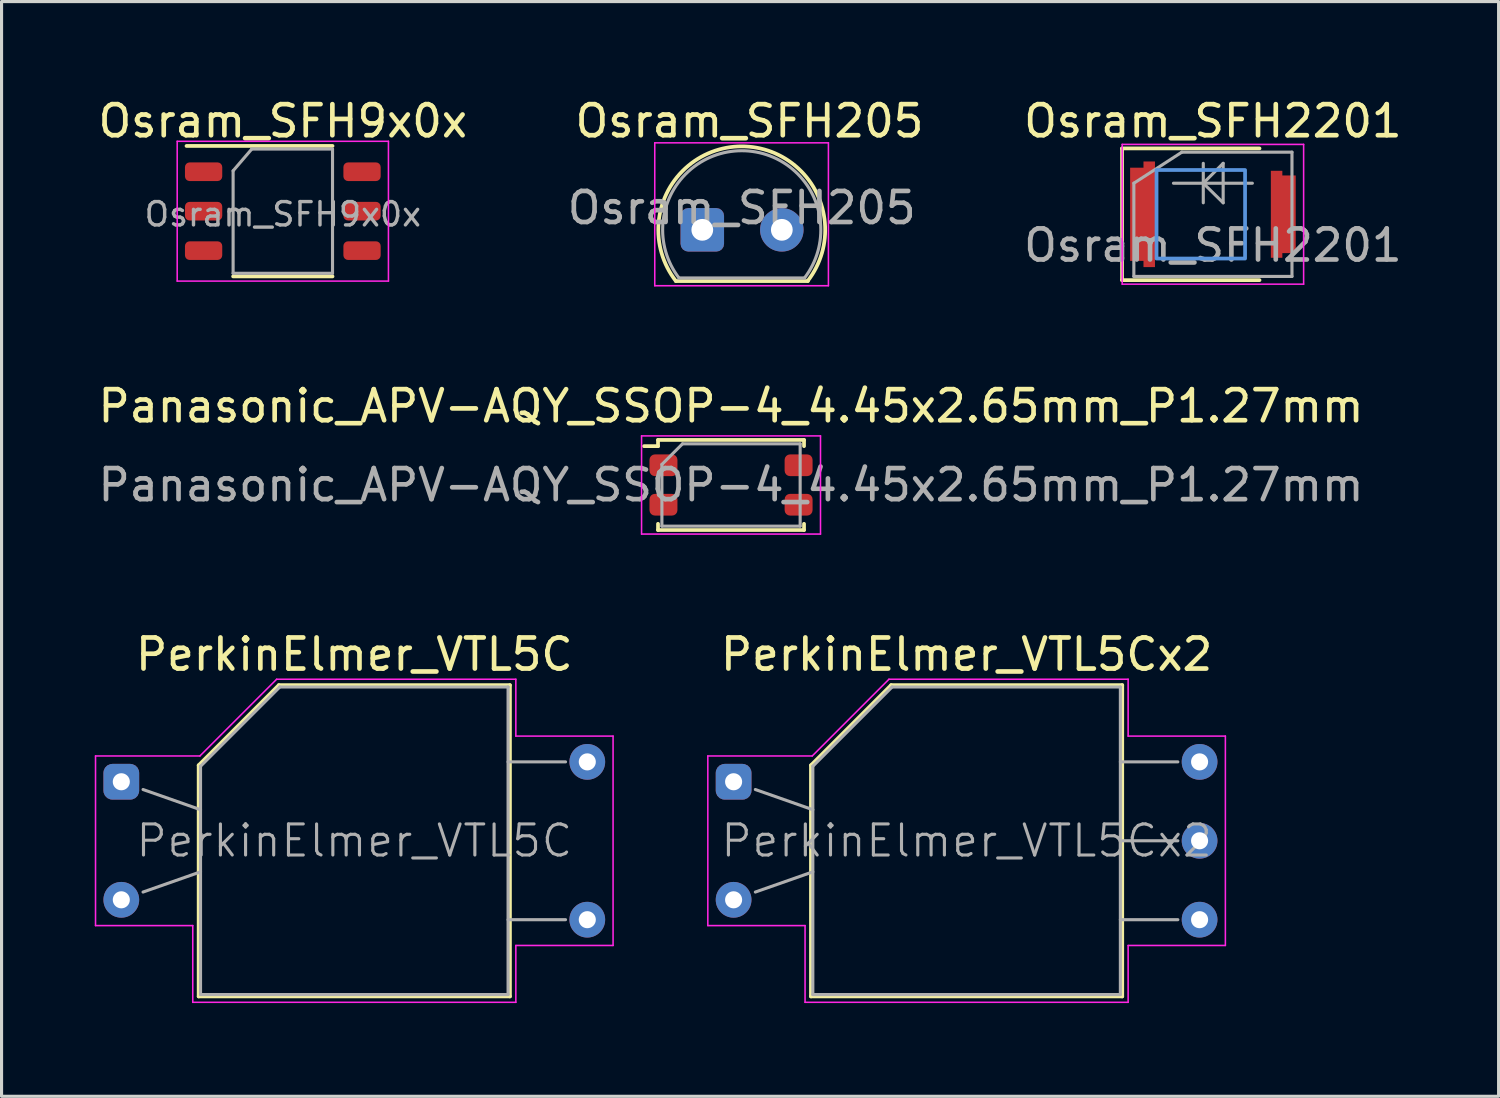
<source format=kicad_pcb>
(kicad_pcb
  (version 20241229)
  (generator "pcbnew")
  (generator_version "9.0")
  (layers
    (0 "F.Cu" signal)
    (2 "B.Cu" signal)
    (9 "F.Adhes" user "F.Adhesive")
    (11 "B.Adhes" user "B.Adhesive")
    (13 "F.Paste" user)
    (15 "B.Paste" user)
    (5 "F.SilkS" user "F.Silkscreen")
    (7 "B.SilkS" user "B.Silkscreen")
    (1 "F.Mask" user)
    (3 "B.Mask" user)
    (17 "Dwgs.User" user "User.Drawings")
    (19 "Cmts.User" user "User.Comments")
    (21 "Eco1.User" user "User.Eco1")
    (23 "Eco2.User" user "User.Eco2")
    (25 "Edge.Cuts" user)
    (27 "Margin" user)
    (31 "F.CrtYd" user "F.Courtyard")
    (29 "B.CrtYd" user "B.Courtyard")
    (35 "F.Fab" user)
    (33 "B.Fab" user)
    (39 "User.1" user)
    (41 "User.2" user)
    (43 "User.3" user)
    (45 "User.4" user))
  (footprint "Osram_SFH9x0x"
    (layer "F.Cu")
    (at 6.054 3.748)
    (property "Reference" "Osram_SFH9x0x" (at 0 -2.9 0) (layer "F.SilkS") (effects (font (size 1 1) (thickness 0.15))))
    (attr smd)
    (fp_line (start -1.6 2.1) (end 1.6 2.1) (stroke (width 0.12) (type solid)) (layer "F.SilkS"))
    (fp_line (start 1.6 -2.1) (end -3.1 -2.1) (stroke (width 0.12) (type solid)) (layer "F.SilkS"))
    (fp_line (start -3.4 -2.25) (end -3.4 2.25) (stroke (width 0.05) (type solid)) (layer "F.CrtYd"))
    (fp_line (start -3.4 -2.25) (end 3.4 -2.25) (stroke (width 0.05) (type solid)) (layer "F.CrtYd"))
    (fp_line (start 3.4 2.25) (end -3.4 2.25) (stroke (width 0.05) (type solid)) (layer "F.CrtYd"))
    (fp_line (start 3.4 2.25) (end 3.4 -2.25) (stroke (width 0.05) (type solid)) (layer "F.CrtYd"))
    (fp_line (start -1.6 -1.3) (end -1.6 2) (stroke (width 0.1) (type solid)) (layer "F.Fab"))
    (fp_line (start -1.6 2) (end 1.6 2) (stroke (width 0.1) (type solid)) (layer "F.Fab"))
    (fp_line (start -1 -2) (end -1.6 -1.3) (stroke (width 0.1) (type solid)) (layer "F.Fab"))
    (fp_line (start 1.6 -2) (end -1 -2) (stroke (width 0.1) (type solid)) (layer "F.Fab"))
    (fp_line (start 1.6 2) (end 1.6 -2) (stroke (width 0.1) (type solid)) (layer "F.Fab"))
    (fp_text user "${REFERENCE}" (at 0 0.1 0) (layer "F.Fab") (effects (font (size 0.75 0.75) (thickness 0.11))))
    (pad "1" smd roundrect (at -2.55 -1.27) (size 1.2 0.6) (layers "F.Cu" "F.Mask" "F.Paste") (roundrect_rratio 0.25))
    (pad "2" smd roundrect (at -2.55 0) (size 1.2 0.6) (layers "F.Cu" "F.Mask" "F.Paste") (roundrect_rratio 0.25))
    (pad "3" smd roundrect (at -2.55 1.27) (size 1.2 0.6) (layers "F.Cu" "F.Mask" "F.Paste") (roundrect_rratio 0.25))
    (pad "4" smd roundrect (at 2.55 1.27) (size 1.2 0.6) (layers "F.Cu" "F.Mask" "F.Paste") (roundrect_rratio 0.25))
    (pad "5" smd roundrect (at 2.55 0) (size 1.2 0.6) (layers "F.Cu" "F.Mask" "F.Paste") (roundrect_rratio 0.25))
    (pad "6" smd roundrect (at 2.55 -1.27) (size 1.2 0.6) (layers "F.Cu" "F.Mask" "F.Paste") (roundrect_rratio 0.25)))
  (footprint "Panasonic_APV-AQY_SSOP-4_4.45x2.65mm_P1.27mm"
    (layer "F.Cu")
    (at 20.482 12.562)
    (property "Reference" "Panasonic_APV-AQY_SSOP-4_4.45x2.65mm_P1.27mm" (at 0 -2.54 0) (layer "F.SilkS") (effects (font (size 1 1) (thickness 0.15))))
    (attr smd)
    (fp_line (start -2.35 -1.45) (end -2.35 -1.25) (stroke (width 0.12) (type solid)) (layer "F.SilkS"))
    (fp_line (start -2.35 -1.25) (end -2.8 -1.25) (stroke (width 0.12) (type solid)) (layer "F.SilkS"))
    (fp_line (start -2.35 1.25) (end -2.35 1.45) (stroke (width 0.12) (type solid)) (layer "F.SilkS"))
    (fp_line (start -2.35 1.45) (end 2.35 1.45) (stroke (width 0.12) (type solid)) (layer "F.SilkS"))
    (fp_line (start 2.35 -1.45) (end -2.35 -1.45) (stroke (width 0.12) (type solid)) (layer "F.SilkS"))
    (fp_line (start 2.35 -1.25) (end 2.35 -1.45) (stroke (width 0.12) (type solid)) (layer "F.SilkS"))
    (fp_line (start 2.35 1.45) (end 2.35 1.25) (stroke (width 0.12) (type solid)) (layer "F.SilkS"))
    (fp_line (start -2.88 -1.58) (end -2.88 1.58) (stroke (width 0.05) (type solid)) (layer "F.CrtYd"))
    (fp_line (start -2.88 -1.58) (end 2.88 -1.58) (stroke (width 0.05) (type solid)) (layer "F.CrtYd"))
    (fp_line (start -2.88 1.58) (end 2.88 1.58) (stroke (width 0.05) (type solid)) (layer "F.CrtYd"))
    (fp_line (start 2.88 -1.58) (end 2.88 1.58) (stroke (width 0.05) (type solid)) (layer "F.CrtYd"))
    (fp_line (start -2.225 -0.662) (end -2.225 1.325) (stroke (width 0.1) (type solid)) (layer "F.Fab"))
    (fp_line (start -2.225 -0.662) (end -1.562 -1.325) (stroke (width 0.1) (type solid)) (layer "F.Fab"))
    (fp_line (start -2.225 1.325) (end 2.225 1.325) (stroke (width 0.1) (type solid)) (layer "F.Fab"))
    (fp_line (start -1.562 -1.325) (end 2.225 -1.325) (stroke (width 0.1) (type solid)) (layer "F.Fab"))
    (fp_line (start 2.225 -1.325) (end 2.225 1.325) (stroke (width 0.1) (type solid)) (layer "F.Fab"))
    (fp_text user "${REFERENCE}" (at 0 0 0) (layer "F.Fab") (effects (font (size 1 1) (thickness 0.15))))
    (pad "1" smd roundrect (at -2.175 -0.635) (size 0.9 0.7) (layers "F.Cu" "F.Mask" "F.Paste") (roundrect_rratio 0.25))
    (pad "2" smd roundrect (at -2.175 0.635) (size 0.9 0.7) (layers "F.Cu" "F.Mask" "F.Paste") (roundrect_rratio 0.25))
    (pad "3" smd roundrect (at 2.175 0.635) (size 0.9 0.7) (layers "F.Cu" "F.Mask" "F.Paste") (roundrect_rratio 0.25))
    (pad "4" smd roundrect (at 2.175 -0.635) (size 0.9 0.7) (layers "F.Cu" "F.Mask" "F.Paste") (roundrect_rratio 0.25)))
  (footprint "PerkinElmer_VTL5C"
    (layer "F.Cu")
    (at 0.855 22.115)
    (property "Reference" "PerkinElmer_VTL5C" (at 7.5 -4.1 0) (layer "F.SilkS") (effects (font (size 1 1) (thickness 0.15))))
    (attr through_hole)
    (fp_line (start 2.49 -0.53) (end 2.49 6.91) (stroke (width 0.12) (type solid)) (layer "F.SilkS"))
    (fp_line (start 2.49 6.91) (end 12.51 6.91) (stroke (width 0.12) (type solid)) (layer "F.SilkS"))
    (fp_line (start 5.07 -3.11) (end 2.49 -0.53) (stroke (width 0.12) (type solid)) (layer "F.SilkS"))
    (fp_line (start 12.51 -3.11) (end 5.07 -3.11) (stroke (width 0.12) (type solid)) (layer "F.SilkS"))
    (fp_line (start 12.51 6.91) (end 12.51 -3.11) (stroke (width 0.12) (type solid)) (layer "F.SilkS"))
    (fp_line (start -0.83 4.63) (end -0.83 -0.83) (stroke (width 0.05) (type solid)) (layer "F.CrtYd"))
    (fp_line (start 2.3 4.63) (end -0.83 4.63) (stroke (width 0.05) (type solid)) (layer "F.CrtYd"))
    (fp_line (start 2.3 7.1) (end 2.3 4.63) (stroke (width 0.05) (type solid)) (layer "F.CrtYd"))
    (fp_line (start 2.53 -0.83) (end -0.83 -0.83) (stroke (width 0.05) (type solid)) (layer "F.CrtYd"))
    (fp_line (start 2.53 -0.83) (end 5 -3.3) (stroke (width 0.05) (type solid)) (layer "F.CrtYd"))
    (fp_line (start 5 -3.3) (end 12.7 -3.3) (stroke (width 0.05) (type solid)) (layer "F.CrtYd"))
    (fp_line (start 12.7 -3.3) (end 12.7 -1.47) (stroke (width 0.05) (type solid)) (layer "F.CrtYd"))
    (fp_line (start 12.7 5.27) (end 12.7 7.1) (stroke (width 0.05) (type solid)) (layer "F.CrtYd"))
    (fp_line (start 12.7 7.1) (end 2.3 7.1) (stroke (width 0.05) (type solid)) (layer "F.CrtYd"))
    (fp_line (start 15.83 -1.47) (end 12.7 -1.47) (stroke (width 0.05) (type solid)) (layer "F.CrtYd"))
    (fp_line (start 15.83 5.27) (end 12.7 5.27) (stroke (width 0.05) (type solid)) (layer "F.CrtYd"))
    (fp_line (start 15.83 5.27) (end 15.83 -1.47) (stroke (width 0.05) (type solid)) (layer "F.CrtYd"))
    (fp_line (start 0.7 0.25) (end 2.55 0.9) (stroke (width 0.1) (type solid)) (layer "F.Fab"))
    (fp_line (start 0.7 3.55) (end 2.55 2.9) (stroke (width 0.1) (type solid)) (layer "F.Fab"))
    (fp_line (start 2.55 6.85) (end 2.55 -0.5) (stroke (width 0.1) (type solid)) (layer "F.Fab"))
    (fp_line (start 5.1 -3.05) (end 2.55 -0.5) (stroke (width 0.1) (type solid)) (layer "F.Fab"))
    (fp_line (start 5.1 -3.05) (end 12.45 -3.05) (stroke (width 0.1) (type solid)) (layer "F.Fab"))
    (fp_line (start 12.45 -3.05) (end 12.45 6.85) (stroke (width 0.1) (type solid)) (layer "F.Fab"))
    (fp_line (start 12.45 6.85) (end 2.55 6.85) (stroke (width 0.1) (type solid)) (layer "F.Fab"))
    (fp_line (start 14.3 -0.64) (end 12.45 -0.64) (stroke (width 0.1) (type solid)) (layer "F.Fab"))
    (fp_line (start 14.3 4.44) (end 12.45 4.44) (stroke (width 0.1) (type solid)) (layer "F.Fab"))
    (fp_text user "${REFERENCE}" (at 7.5 1.9 0) (layer "F.Fab") (effects (font (size 1 1) (thickness 0.1))))
    (pad "1" thru_hole roundrect (at 0 0) (size 1.15 1.15) (drill 0.55) (layers "*.Cu" "*.Mask") (roundrect_rratio 0.25))
    (pad "2" thru_hole circle (at 0 3.8) (size 1.15 1.15) (drill 0.55) (layers "*.Cu" "*.Mask"))
    (pad "3" thru_hole circle (at 15 -0.64) (size 1.15 1.15) (drill 0.55) (layers "*.Cu" "*.Mask"))
    (pad "4" thru_hole circle (at 15 4.44) (size 1.15 1.15) (drill 0.55) (layers "*.Cu" "*.Mask")))
  (footprint "PerkinElmer_VTL5Cx2"
    (layer "F.Cu")
    (at 20.565 22.115)
    (property "Reference" "PerkinElmer_VTL5Cx2" (at 7.5 -4.1 0) (layer "F.SilkS") (effects (font (size 1 1) (thickness 0.15))))
    (attr through_hole)
    (fp_line (start 2.49 -0.53) (end 2.49 6.91) (stroke (width 0.12) (type solid)) (layer "F.SilkS"))
    (fp_line (start 2.49 6.91) (end 12.51 6.91) (stroke (width 0.12) (type solid)) (layer "F.SilkS"))
    (fp_line (start 5.07 -3.11) (end 2.49 -0.53) (stroke (width 0.12) (type solid)) (layer "F.SilkS"))
    (fp_line (start 12.51 -3.11) (end 5.07 -3.11) (stroke (width 0.12) (type solid)) (layer "F.SilkS"))
    (fp_line (start 12.51 6.91) (end 12.51 -3.11) (stroke (width 0.12) (type solid)) (layer "F.SilkS"))
    (fp_line (start -0.83 -0.83) (end 2.53 -0.83) (stroke (width 0.05) (type solid)) (layer "F.CrtYd"))
    (fp_line (start -0.83 4.63) (end -0.83 -0.83) (stroke (width 0.05) (type solid)) (layer "F.CrtYd"))
    (fp_line (start -0.83 4.63) (end 2.3 4.63) (stroke (width 0.05) (type solid)) (layer "F.CrtYd"))
    (fp_line (start 2.3 7.1) (end 2.3 4.63) (stroke (width 0.05) (type solid)) (layer "F.CrtYd"))
    (fp_line (start 2.53 -0.83) (end 5 -3.3) (stroke (width 0.05) (type solid)) (layer "F.CrtYd"))
    (fp_line (start 5 -3.3) (end 12.7 -3.3) (stroke (width 0.05) (type solid)) (layer "F.CrtYd"))
    (fp_line (start 12.7 -1.47) (end 12.7 -3.3) (stroke (width 0.05) (type solid)) (layer "F.CrtYd"))
    (fp_line (start 12.7 -1.47) (end 15.83 -1.47) (stroke (width 0.05) (type solid)) (layer "F.CrtYd"))
    (fp_line (start 12.7 5.27) (end 12.7 7.1) (stroke (width 0.05) (type solid)) (layer "F.CrtYd"))
    (fp_line (start 12.7 5.27) (end 15.83 5.27) (stroke (width 0.05) (type solid)) (layer "F.CrtYd"))
    (fp_line (start 12.7 7.1) (end 2.3 7.1) (stroke (width 0.05) (type solid)) (layer "F.CrtYd"))
    (fp_line (start 15.83 5.27) (end 15.83 -1.47) (stroke (width 0.05) (type solid)) (layer "F.CrtYd"))
    (fp_line (start 0.7 0.25) (end 2.55 0.9) (stroke (width 0.1) (type solid)) (layer "F.Fab"))
    (fp_line (start 0.7 3.55) (end 2.55 2.9) (stroke (width 0.1) (type solid)) (layer "F.Fab"))
    (fp_line (start 2.55 6.85) (end 2.55 -0.5) (stroke (width 0.1) (type solid)) (layer "F.Fab"))
    (fp_line (start 5.1 -3.05) (end 2.55 -0.5) (stroke (width 0.1) (type solid)) (layer "F.Fab"))
    (fp_line (start 5.1 -3.05) (end 12.45 -3.05) (stroke (width 0.1) (type solid)) (layer "F.Fab"))
    (fp_line (start 12.45 -3.05) (end 12.45 6.85) (stroke (width 0.1) (type solid)) (layer "F.Fab"))
    (fp_line (start 12.45 6.85) (end 2.55 6.85) (stroke (width 0.1) (type solid)) (layer "F.Fab"))
    (fp_line (start 14.3 -0.64) (end 12.45 -0.64) (stroke (width 0.1) (type solid)) (layer "F.Fab"))
    (fp_line (start 14.3 1.9) (end 12.45 1.9) (stroke (width 0.1) (type solid)) (layer "F.Fab"))
    (fp_line (start 14.3 4.44) (end 12.45 4.44) (stroke (width 0.1) (type solid)) (layer "F.Fab"))
    (fp_text user "${REFERENCE}" (at 7.5 1.9 0) (layer "F.Fab") (effects (font (size 1 1) (thickness 0.1))))
    (pad "1" thru_hole roundrect (at 0 0) (size 1.15 1.15) (drill 0.55) (layers "*.Cu" "*.Mask") (roundrect_rratio 0.25))
    (pad "2" thru_hole circle (at 0 3.8) (size 1.15 1.15) (drill 0.55) (layers "*.Cu" "*.Mask"))
    (pad "3" thru_hole circle (at 15 -0.64) (size 1.15 1.15) (drill 0.55) (layers "*.Cu" "*.Mask"))
    (pad "4" thru_hole circle (at 15 1.9) (size 1.15 1.15) (drill 0.55) (layers "*.Cu" "*.Mask"))
    (pad "5" thru_hole circle (at 15 4.44) (size 1.15 1.15) (drill 0.55) (layers "*.Cu" "*.Mask")))
  (footprint "Osram_SFH205"
    (layer "F.Cu")
    (at 19.557 4.348)
    (property "Reference" "Osram_SFH205" (at 1.52 -3.5 0) (layer "F.SilkS") (effects (font (size 1 1) (thickness 0.15))))
    (attr through_hole)
    (fp_line (start -0.85 1.65) (end 3.4 1.65) (stroke (width 0.12) (type solid)) (layer "F.SilkS"))
    (fp_arc (start -0.85 1.65) (mid 1.266938 -2.686427) (end 3.393756 1.645163) (stroke (width 0.12) (type solid)) (layer "F.SilkS"))
    (fp_line (start -1.53 -2.8) (end -1.53 1.8) (stroke (width 0.05) (type solid)) (layer "F.CrtYd"))
    (fp_line (start -1.53 -2.8) (end 4.06 -2.8) (stroke (width 0.05) (type solid)) (layer "F.CrtYd"))
    (fp_line (start 4.06 1.8) (end -1.53 1.8) (stroke (width 0.05) (type solid)) (layer "F.CrtYd"))
    (fp_line (start 4.06 1.8) (end 4.06 -2.8) (stroke (width 0.05) (type solid)) (layer "F.CrtYd"))
    (fp_line (start -0.75 1.55) (end 3.3 1.55) (stroke (width 0.1) (type solid)) (layer "F.Fab"))
    (fp_arc (start -0.75 1.55) (mid 1.266965 -2.546152) (end 3.293689 1.54518) (stroke (width 0.1) (type solid)) (layer "F.Fab"))
    (fp_text user "${REFERENCE}" (at 1.27 -0.707 0) (layer "F.Fab") (effects (font (size 1 1) (thickness 0.15))))
    (pad "1" thru_hole roundrect (at 0 0) (size 1.4 1.4) (drill 0.7) (layers "*.Cu" "*.Mask") (roundrect_rratio 0.178))
    (pad "2" thru_hole circle (at 2.56 0) (size 1.4 1.4) (drill 0.7) (layers "*.Cu" "*.Mask")))
  (footprint "Osram_SFH2201"
    (layer "F.Cu")
    (at 35.994 3.848)
    (property "Reference" "Osram_SFH2201" (at 0 -3 0) (unlocked yes) (layer "F.SilkS") (effects (font (size 1 1) (thickness 0.15))))
    (attr smd)
    (fp_line (start -2.925 -2.12) (end -2.925 2.12) (stroke (width 0.12) (type solid)) (layer "F.SilkS"))
    (fp_line (start -2.925 2.12) (end 1.5 2.12) (stroke (width 0.12) (type solid)) (layer "F.SilkS"))
    (fp_line (start 1.5 -2.12) (end -2.925 -2.12) (stroke (width 0.12) (type solid)) (layer "F.SilkS"))
    (fp_rect (start -1.815 -1.425) (end 1.035 1.425) (stroke (width 0.12) (type solid)) (fill no) (layer "Cmts.User"))
    (fp_line (start -2.92 -2.25) (end -2.92 2.25) (stroke (width 0.05) (type solid)) (layer "F.CrtYd"))
    (fp_line (start -2.92 -2.25) (end 2.92 -2.25) (stroke (width 0.05) (type solid)) (layer "F.CrtYd"))
    (fp_line (start 2.92 2.25) (end -2.92 2.25) (stroke (width 0.05) (type solid)) (layer "F.CrtYd"))
    (fp_line (start 2.92 2.25) (end 2.92 -2.25) (stroke (width 0.05) (type solid)) (layer "F.CrtYd"))
    (fp_line (start -2.545 -1) (end -2.545 2) (stroke (width 0.1) (type solid)) (layer "F.Fab"))
    (fp_line (start -2.545 -1) (end -1 -2) (stroke (width 0.1) (type solid)) (layer "F.Fab"))
    (fp_line (start -1.27 -1) (end 1.27 -1) (stroke (width 0.1) (type solid)) (layer "F.Fab"))
    (fp_line (start -1 -2) (end 2.545 -2) (stroke (width 0.1) (type solid)) (layer "F.Fab"))
    (fp_line (start -0.31 -1.64) (end -0.31 -0.37) (stroke (width 0.1) (type solid)) (layer "F.Fab"))
    (fp_line (start -0.31 -1) (end 0.33 -1.64) (stroke (width 0.1) (type solid)) (layer "F.Fab"))
    (fp_line (start 0.33 -1.64) (end 0.33 -0.37) (stroke (width 0.1) (type solid)) (layer "F.Fab"))
    (fp_line (start 0.33 -0.37) (end -0.31 -1) (stroke (width 0.1) (type solid)) (layer "F.Fab"))
    (fp_line (start 2.545 -2) (end 2.545 2) (stroke (width 0.1) (type solid)) (layer "F.Fab"))
    (fp_line (start 2.545 2) (end -2.545 2) (stroke (width 0.1) (type solid)) (layer "F.Fab"))
    (fp_text user "${REFERENCE}" (at 0 1 0) (unlocked yes) (layer "F.Fab") (effects (font (size 1 1) (thickness 0.15))))
    (pad "" smd rect (at -2.265 -0.8) (size 0.6 1) (layers "F.Paste"))
    (pad "" smd rect (at -2.265 0.8) (size 0.6 1) (layers "F.Paste"))
    (pad "" smd rect (at 2.265 -0.7) (size 0.6 1) (layers "F.Paste"))
    (pad "" smd rect (at 2.265 0.7) (size 0.6 1) (layers "F.Paste"))
    (pad "1" smd custom (at -2.265 0) (size 0.8 3) (layers "F.Cu" "F.Mask") (options (anchor rect)) (primitives (gr_poly (pts (xy -0.4 -1.5) (xy 0.03 -1.5) (xy 0.03 -1.7) (xy 0.4 -1.7) (xy 0.4 1.7) (xy 0.03 1.7) (xy 0.03 1.5) (xy -0.4 1.5)) (width 0) (fill yes))))
    (pad "2" smd custom (at 2.265 0 180) (size 0.8 2.5) (layers "F.Cu" "F.Mask") (options (anchor rect)) (primitives (gr_poly (pts (xy -0.4 -1.25) (xy 0.03 -1.25) (xy 0.03 -1.4) (xy 0.4 -1.4) (xy 0.4 1.4) (xy 0.03 1.4) (xy 0.03 1.25) (xy -0.4 1.25)) (width 0) (fill yes)))))
  (gr_rect
    (start -3 -3)
    (end 45.19 32.24)
    (stroke (width 0.1) (type default))
    (fill no)
    (layer "Edge.Cuts")))
</source>
